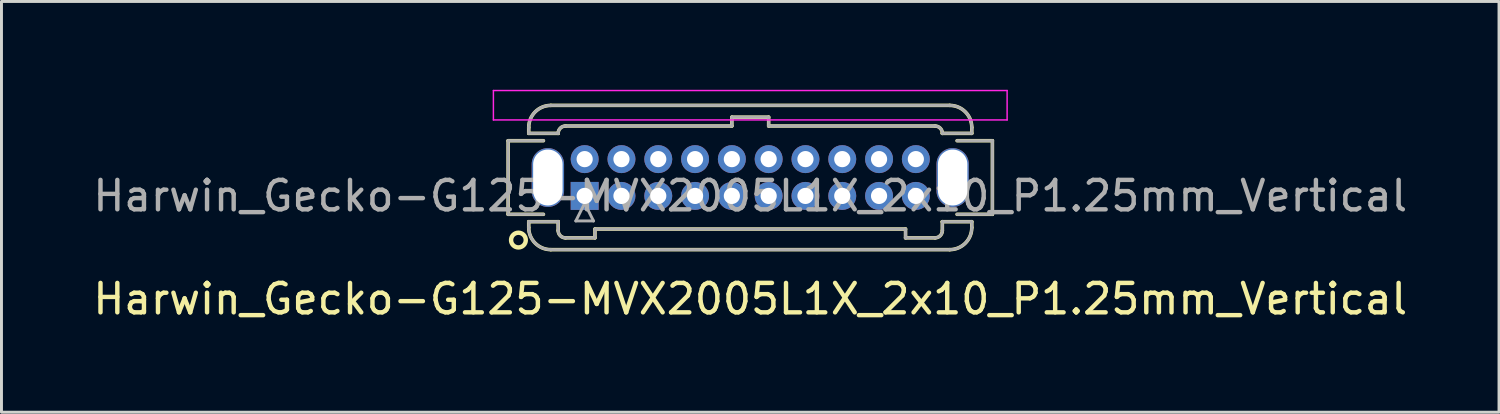
<source format=kicad_pcb>
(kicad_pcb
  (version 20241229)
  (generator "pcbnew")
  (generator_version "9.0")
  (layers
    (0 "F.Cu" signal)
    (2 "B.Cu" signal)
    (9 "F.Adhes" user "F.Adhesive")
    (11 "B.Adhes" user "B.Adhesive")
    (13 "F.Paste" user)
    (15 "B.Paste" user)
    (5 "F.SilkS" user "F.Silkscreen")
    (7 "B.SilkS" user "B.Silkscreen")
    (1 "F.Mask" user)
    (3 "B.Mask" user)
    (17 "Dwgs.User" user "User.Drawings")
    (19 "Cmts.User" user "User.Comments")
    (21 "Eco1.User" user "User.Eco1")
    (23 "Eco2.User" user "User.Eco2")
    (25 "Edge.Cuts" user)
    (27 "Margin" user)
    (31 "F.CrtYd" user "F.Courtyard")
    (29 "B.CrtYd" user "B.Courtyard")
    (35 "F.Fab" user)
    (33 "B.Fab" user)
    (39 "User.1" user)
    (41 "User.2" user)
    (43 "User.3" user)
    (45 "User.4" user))
  (footprint "Harwin_Gecko-G125-MVX2005L1X_2x10_P1.25mm_Vertical"
    (layer "F.Cu")
    (at 16.81 3.605)
    (property "Reference" "Harwin_Gecko-G125-MVX2005L1X_2x10_P1.25mm_Vertical" (at 5.625 3.5 0) (layer "F.SilkS") (effects (font (size 1 1) (thickness 0.15))))
    (attr through_hole)
    (fp_line (start -2.6 -1.875) (end -2.6 0.625) (stroke (width 0.12) (type solid)) (layer "F.SilkS"))
    (fp_line (start -2.6 0.625) (end -1.4 0.625) (stroke (width 0.12) (type solid)) (layer "F.SilkS"))
    (fp_line (start -1.9 -2.325) (end -1.9 -2.125) (stroke (width 0.12) (type solid)) (layer "F.SilkS"))
    (fp_line (start -1.9 -2.125) (end -0.9 -2.125) (stroke (width 0.12) (type solid)) (layer "F.SilkS"))
    (fp_line (start -1.9 0.875) (end -0.9 0.875) (stroke (width 0.12) (type solid)) (layer "F.SilkS"))
    (fp_line (start -1.9 1.075) (end -1.9 0.875) (stroke (width 0.12) (type solid)) (layer "F.SilkS"))
    (fp_line (start -1.4 -1.875) (end -2.6 -1.875) (stroke (width 0.12) (type solid)) (layer "F.SilkS"))
    (fp_line (start -1.15 -3.075) (end 12.4 -3.075) (stroke (width 0.12) (type solid)) (layer "F.SilkS"))
    (fp_line (start -1.15 1.825) (end 12.4 1.825) (stroke (width 0.12) (type solid)) (layer "F.SilkS"))
    (fp_line (start -0.9 -2.125) (end -0.9 -2.125) (stroke (width 0.12) (type solid)) (layer "F.SilkS"))
    (fp_line (start -0.9 0.875) (end -0.9 0.875) (stroke (width 0.12) (type solid)) (layer "F.SilkS"))
    (fp_line (start -0.9 1.175) (end -0.9 0.875) (stroke (width 0.12) (type solid)) (layer "F.SilkS"))
    (fp_line (start -0.65 -2.375) (end 5 -2.375) (stroke (width 0.12) (type solid)) (layer "F.SilkS"))
    (fp_line (start -0.65 1.425) (end 0.35 1.425) (stroke (width 0.12) (type solid)) (layer "F.SilkS"))
    (fp_line (start 0.35 1.125) (end 10.9 1.125) (stroke (width 0.12) (type solid)) (layer "F.SilkS"))
    (fp_line (start 0.35 1.425) (end 0.35 1.125) (stroke (width 0.12) (type solid)) (layer "F.SilkS"))
    (fp_line (start 5 -2.675) (end 6.25 -2.675) (stroke (width 0.12) (type solid)) (layer "F.SilkS"))
    (fp_line (start 5 -2.375) (end 5 -2.675) (stroke (width 0.12) (type solid)) (layer "F.SilkS"))
    (fp_line (start 6.25 -2.675) (end 6.25 -2.375) (stroke (width 0.12) (type solid)) (layer "F.SilkS"))
    (fp_line (start 6.25 -2.375) (end 11.9 -2.375) (stroke (width 0.12) (type solid)) (layer "F.SilkS"))
    (fp_line (start 10.9 1.125) (end 10.9 1.425) (stroke (width 0.12) (type solid)) (layer "F.SilkS"))
    (fp_line (start 10.9 1.425) (end 11.9 1.425) (stroke (width 0.12) (type solid)) (layer "F.SilkS"))
    (fp_line (start 12.15 -2.125) (end 12.15 -2.125) (stroke (width 0.12) (type solid)) (layer "F.SilkS"))
    (fp_line (start 12.15 0.875) (end 12.15 0.875) (stroke (width 0.12) (type solid)) (layer "F.SilkS"))
    (fp_line (start 12.15 1.175) (end 12.15 0.875) (stroke (width 0.12) (type solid)) (layer "F.SilkS"))
    (fp_line (start 12.65 -1.875) (end 13.85 -1.875) (stroke (width 0.12) (type solid)) (layer "F.SilkS"))
    (fp_line (start 13.15 -2.325) (end 13.15 -2.125) (stroke (width 0.12) (type solid)) (layer "F.SilkS"))
    (fp_line (start 13.15 -2.125) (end 12.15 -2.125) (stroke (width 0.12) (type solid)) (layer "F.SilkS"))
    (fp_line (start 13.15 0.875) (end 12.15 0.875) (stroke (width 0.12) (type solid)) (layer "F.SilkS"))
    (fp_line (start 13.15 1.075) (end 13.15 0.875) (stroke (width 0.12) (type solid)) (layer "F.SilkS"))
    (fp_line (start 13.85 -1.875) (end 13.85 0.625) (stroke (width 0.12) (type solid)) (layer "F.SilkS"))
    (fp_line (start 13.85 0.625) (end 12.65 0.625) (stroke (width 0.12) (type solid)) (layer "F.SilkS"))
    (fp_arc (start -1.9 -2.325) (mid -1.68033 -2.85533) (end -1.15 -3.075) (stroke (width 0.12) (type solid)) (layer "F.SilkS"))
    (fp_arc (start -1.15 1.825) (mid -1.68033 1.60533) (end -1.9 1.075) (stroke (width 0.12) (type solid)) (layer "F.SilkS"))
    (fp_arc (start -0.9 -2.125) (mid -0.826777 -2.301777) (end -0.65 -2.375) (stroke (width 0.12) (type solid)) (layer "F.SilkS"))
    (fp_arc (start -0.65 1.425) (mid -0.826777 1.351777) (end -0.9 1.175) (stroke (width 0.12) (type solid)) (layer "F.SilkS"))
    (fp_arc (start 11.9 -2.375) (mid 12.076777 -2.301777) (end 12.15 -2.125) (stroke (width 0.12) (type solid)) (layer "F.SilkS"))
    (fp_arc (start 12.15 1.175) (mid 12.076777 1.351777) (end 11.9 1.425) (stroke (width 0.12) (type solid)) (layer "F.SilkS"))
    (fp_arc (start 12.4 -3.075) (mid 12.93033 -2.85533) (end 13.15 -2.325) (stroke (width 0.12) (type solid)) (layer "F.SilkS"))
    (fp_arc (start 13.15 1.075) (mid 12.93033 1.60533) (end 12.4 1.825) (stroke (width 0.12) (type solid)) (layer "F.SilkS"))
    (fp_circle (center -2.25 1.5) (end -2 1.5) (stroke (width 0.15) (type solid)) (fill no) (layer "F.SilkS"))
    (fp_line (start -3.1 -3.58) (end -3.1 -2.58) (stroke (width 0.05) (type solid)) (layer "F.CrtYd"))
    (fp_line (start -3.1 -2.58) (end 14.35 -2.58) (stroke (width 0.05) (type solid)) (layer "F.CrtYd"))
    (fp_line (start 14.35 -3.58) (end -3.1 -3.58) (stroke (width 0.05) (type solid)) (layer "F.CrtYd"))
    (fp_line (start 14.35 -2.58) (end 14.35 -3.58) (stroke (width 0.05) (type solid)) (layer "F.CrtYd"))
    (fp_line (start -2.6 -1.875) (end -2.6 0.625) (stroke (width 0.1) (type solid)) (layer "F.Fab"))
    (fp_line (start -2.6 0.625) (end -1.4 0.625) (stroke (width 0.1) (type solid)) (layer "F.Fab"))
    (fp_line (start -1.9 -2.325) (end -1.9 -2.125) (stroke (width 0.1) (type solid)) (layer "F.Fab"))
    (fp_line (start -1.9 -2.125) (end -0.9 -2.125) (stroke (width 0.1) (type solid)) (layer "F.Fab"))
    (fp_line (start -1.9 0.875) (end -0.9 0.875) (stroke (width 0.1) (type solid)) (layer "F.Fab"))
    (fp_line (start -1.9 1.075) (end -1.9 0.875) (stroke (width 0.1) (type solid)) (layer "F.Fab"))
    (fp_line (start -1.4 -1.875) (end -2.6 -1.875) (stroke (width 0.1) (type solid)) (layer "F.Fab"))
    (fp_line (start -1.15 -3.075) (end 12.4 -3.075) (stroke (width 0.1) (type solid)) (layer "F.Fab"))
    (fp_line (start -1.15 1.825) (end 12.4 1.825) (stroke (width 0.1) (type solid)) (layer "F.Fab"))
    (fp_line (start -0.9 -2.125) (end -0.9 -2.125) (stroke (width 0.1) (type solid)) (layer "F.Fab"))
    (fp_line (start -0.9 0.875) (end -0.9 0.875) (stroke (width 0.1) (type solid)) (layer "F.Fab"))
    (fp_line (start -0.9 1.175) (end -0.9 0.875) (stroke (width 0.1) (type solid)) (layer "F.Fab"))
    (fp_line (start -0.65 -2.375) (end 5 -2.375) (stroke (width 0.1) (type solid)) (layer "F.Fab"))
    (fp_line (start -0.65 1.425) (end 0.35 1.425) (stroke (width 0.1) (type solid)) (layer "F.Fab"))
    (fp_line (start -0.3 0.85) (end 0.3 0.85) (stroke (width 0.1) (type solid)) (layer "F.Fab"))
    (fp_line (start 0 0.25) (end -0.3 0.85) (stroke (width 0.1) (type solid)) (layer "F.Fab"))
    (fp_line (start 0.3 0.85) (end 0 0.25) (stroke (width 0.1) (type solid)) (layer "F.Fab"))
    (fp_line (start 0.35 1.125) (end 10.9 1.125) (stroke (width 0.1) (type solid)) (layer "F.Fab"))
    (fp_line (start 0.35 1.425) (end 0.35 1.125) (stroke (width 0.1) (type solid)) (layer "F.Fab"))
    (fp_line (start 5 -2.675) (end 6.25 -2.675) (stroke (width 0.1) (type solid)) (layer "F.Fab"))
    (fp_line (start 5 -2.375) (end 5 -2.675) (stroke (width 0.1) (type solid)) (layer "F.Fab"))
    (fp_line (start 6.25 -2.675) (end 6.25 -2.375) (stroke (width 0.1) (type solid)) (layer "F.Fab"))
    (fp_line (start 6.25 -2.375) (end 11.9 -2.375) (stroke (width 0.1) (type solid)) (layer "F.Fab"))
    (fp_line (start 10.9 1.125) (end 10.9 1.425) (stroke (width 0.1) (type solid)) (layer "F.Fab"))
    (fp_line (start 10.9 1.425) (end 11.9 1.425) (stroke (width 0.1) (type solid)) (layer "F.Fab"))
    (fp_line (start 12.15 -2.125) (end 12.15 -2.125) (stroke (width 0.1) (type solid)) (layer "F.Fab"))
    (fp_line (start 12.15 0.875) (end 12.15 0.875) (stroke (width 0.1) (type solid)) (layer "F.Fab"))
    (fp_line (start 12.15 1.175) (end 12.15 0.875) (stroke (width 0.1) (type solid)) (layer "F.Fab"))
    (fp_line (start 12.65 -1.875) (end 13.85 -1.875) (stroke (width 0.1) (type solid)) (layer "F.Fab"))
    (fp_line (start 13.15 -2.325) (end 13.15 -2.125) (stroke (width 0.1) (type solid)) (layer "F.Fab"))
    (fp_line (start 13.15 -2.125) (end 12.15 -2.125) (stroke (width 0.1) (type solid)) (layer "F.Fab"))
    (fp_line (start 13.15 0.875) (end 12.15 0.875) (stroke (width 0.1) (type solid)) (layer "F.Fab"))
    (fp_line (start 13.15 1.075) (end 13.15 0.875) (stroke (width 0.1) (type solid)) (layer "F.Fab"))
    (fp_line (start 13.85 -1.875) (end 13.85 0.625) (stroke (width 0.1) (type solid)) (layer "F.Fab"))
    (fp_line (start 13.85 0.625) (end 12.65 0.625) (stroke (width 0.1) (type solid)) (layer "F.Fab"))
    (fp_arc (start -1.9 -2.325) (mid -1.68033 -2.85533) (end -1.15 -3.075) (stroke (width 0.1) (type solid)) (layer "F.Fab"))
    (fp_arc (start -1.15 1.825) (mid -1.68033 1.60533) (end -1.9 1.075) (stroke (width 0.1) (type solid)) (layer "F.Fab"))
    (fp_arc (start -0.9 -2.125) (mid -0.826777 -2.301777) (end -0.65 -2.375) (stroke (width 0.1) (type solid)) (layer "F.Fab"))
    (fp_arc (start -0.65 1.425) (mid -0.826777 1.351777) (end -0.9 1.175) (stroke (width 0.1) (type solid)) (layer "F.Fab"))
    (fp_arc (start 11.9 -2.375) (mid 12.076777 -2.301777) (end 12.15 -2.125) (stroke (width 0.1) (type solid)) (layer "F.Fab"))
    (fp_arc (start 12.15 1.175) (mid 12.076777 1.351777) (end 11.9 1.425) (stroke (width 0.1) (type solid)) (layer "F.Fab"))
    (fp_arc (start 12.4 -3.075) (mid 12.93033 -2.85533) (end 13.15 -2.325) (stroke (width 0.1) (type solid)) (layer "F.Fab"))
    (fp_arc (start 13.15 1.075) (mid 12.93033 1.60533) (end 12.4 1.825) (stroke (width 0.1) (type solid)) (layer "F.Fab"))
    (fp_text user "${REFERENCE}" (at 5.625 0 0) (layer "F.Fab") (effects (font (size 1 1) (thickness 0.15))))
    (pad "" np_thru_hole oval (at -1.25 -0.625) (size 1.1 2) (drill oval 1 1.9) (layers "*.Cu" "*.Mask"))
    (pad "" np_thru_hole oval (at 12.5 -0.625) (size 1.1 2) (drill oval 1 1.9) (layers "*.Cu" "*.Mask"))
    (pad "1" thru_hole rect (at 0 0) (size 0.95 0.95) (drill 0.55) (layers "*.Cu" "*.Mask"))
    (pad "2" thru_hole circle (at 0 -1.25) (size 0.95 0.95) (drill 0.55) (layers "*.Cu" "*.Mask"))
    (pad "3" thru_hole circle (at 1.25 0) (size 0.95 0.95) (drill 0.55) (layers "*.Cu" "*.Mask"))
    (pad "4" thru_hole circle (at 1.25 -1.25) (size 0.95 0.95) (drill 0.55) (layers "*.Cu" "*.Mask"))
    (pad "5" thru_hole circle (at 2.5 0) (size 0.95 0.95) (drill 0.55) (layers "*.Cu" "*.Mask"))
    (pad "6" thru_hole circle (at 2.5 -1.25) (size 0.95 0.95) (drill 0.55) (layers "*.Cu" "*.Mask"))
    (pad "7" thru_hole circle (at 3.75 0) (size 0.95 0.95) (drill 0.55) (layers "*.Cu" "*.Mask"))
    (pad "8" thru_hole circle (at 3.75 -1.25) (size 0.95 0.95) (drill 0.55) (layers "*.Cu" "*.Mask"))
    (pad "9" thru_hole circle (at 5 0) (size 0.95 0.95) (drill 0.55) (layers "*.Cu" "*.Mask"))
    (pad "10" thru_hole circle (at 5 -1.25) (size 0.95 0.95) (drill 0.55) (layers "*.Cu" "*.Mask"))
    (pad "11" thru_hole circle (at 6.25 0) (size 0.95 0.95) (drill 0.55) (layers "*.Cu" "*.Mask"))
    (pad "12" thru_hole circle (at 6.25 -1.25) (size 0.95 0.95) (drill 0.55) (layers "*.Cu" "*.Mask"))
    (pad "13" thru_hole circle (at 7.5 0) (size 0.95 0.95) (drill 0.55) (layers "*.Cu" "*.Mask"))
    (pad "14" thru_hole circle (at 7.5 -1.25) (size 0.95 0.95) (drill 0.55) (layers "*.Cu" "*.Mask"))
    (pad "15" thru_hole circle (at 8.75 0) (size 0.95 0.95) (drill 0.55) (layers "*.Cu" "*.Mask"))
    (pad "16" thru_hole circle (at 8.75 -1.25) (size 0.95 0.95) (drill 0.55) (layers "*.Cu" "*.Mask"))
    (pad "17" thru_hole circle (at 10 0) (size 0.95 0.95) (drill 0.55) (layers "*.Cu" "*.Mask"))
    (pad "18" thru_hole circle (at 10 -1.25) (size 0.95 0.95) (drill 0.55) (layers "*.Cu" "*.Mask"))
    (pad "19" thru_hole circle (at 11.25 0) (size 0.95 0.95) (drill 0.55) (layers "*.Cu" "*.Mask"))
    (pad "20" thru_hole circle (at 11.25 -1.25) (size 0.95 0.95) (drill 0.55) (layers "*.Cu" "*.Mask")))
  (gr_rect
    (start -3 -3)
    (end 47.869 10.953)
    (stroke (width 0.1) (type default))
    (fill no)
    (layer "Edge.Cuts")))
</source>
